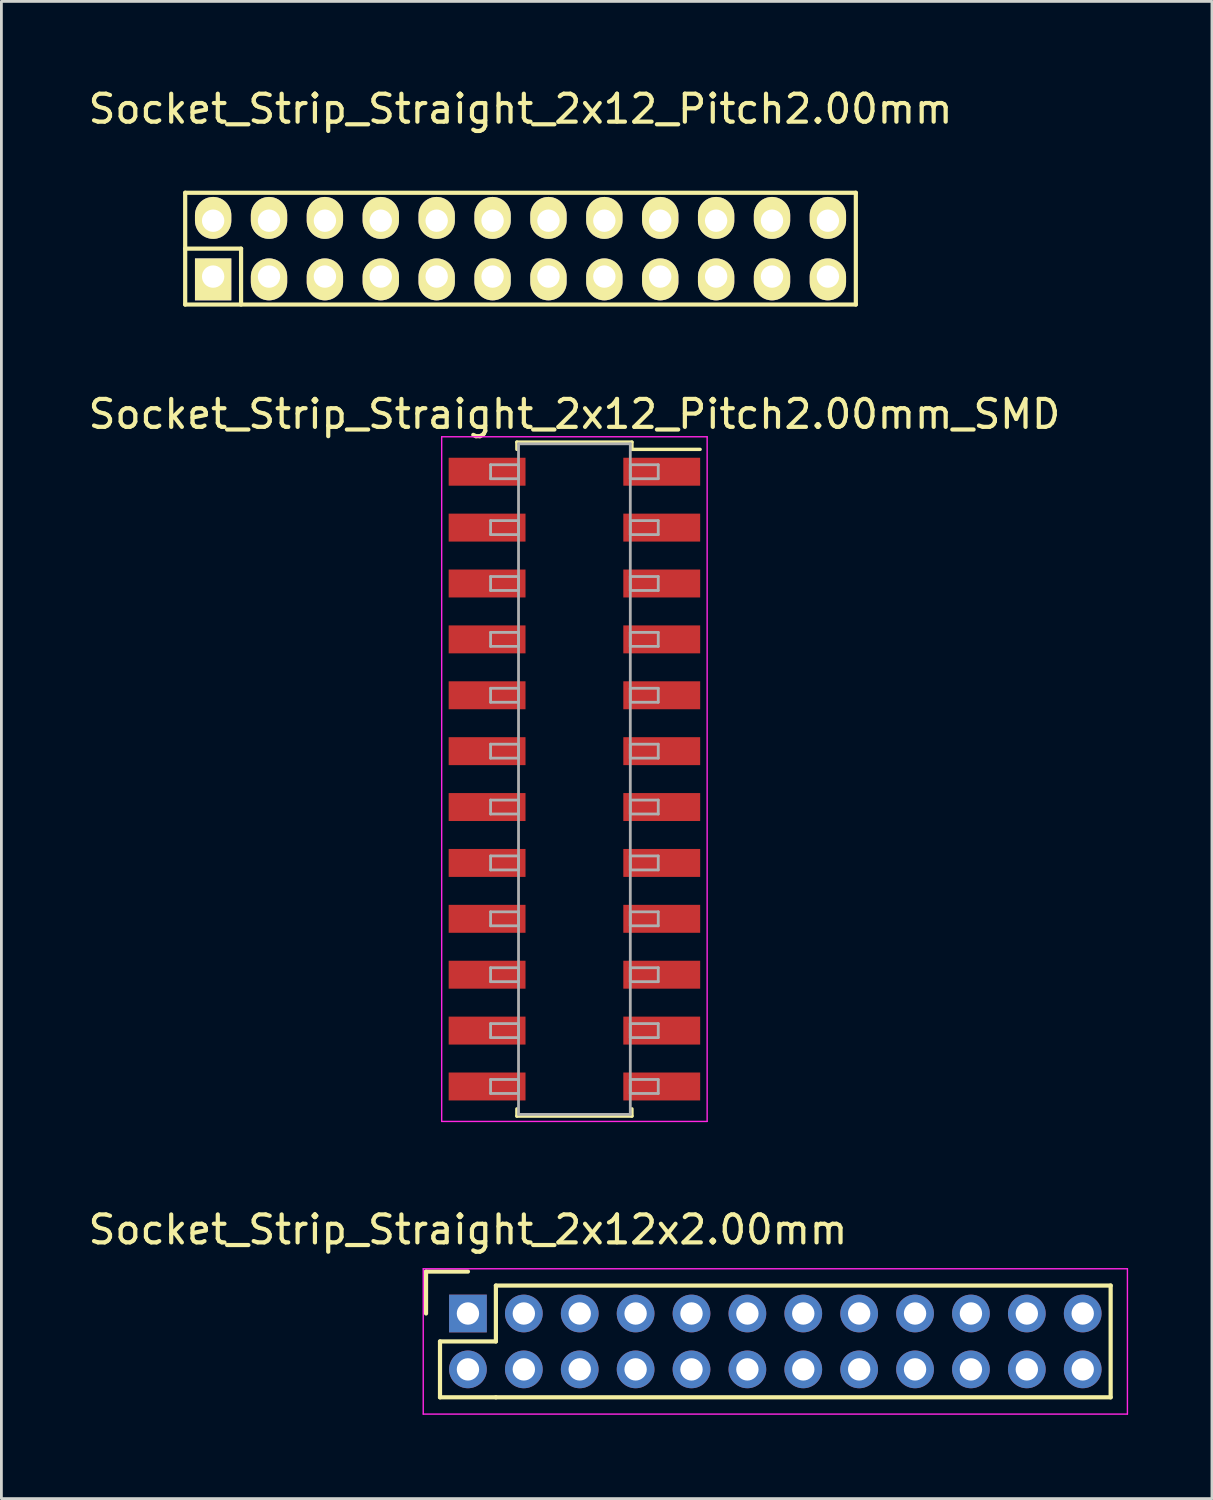
<source format=kicad_pcb>
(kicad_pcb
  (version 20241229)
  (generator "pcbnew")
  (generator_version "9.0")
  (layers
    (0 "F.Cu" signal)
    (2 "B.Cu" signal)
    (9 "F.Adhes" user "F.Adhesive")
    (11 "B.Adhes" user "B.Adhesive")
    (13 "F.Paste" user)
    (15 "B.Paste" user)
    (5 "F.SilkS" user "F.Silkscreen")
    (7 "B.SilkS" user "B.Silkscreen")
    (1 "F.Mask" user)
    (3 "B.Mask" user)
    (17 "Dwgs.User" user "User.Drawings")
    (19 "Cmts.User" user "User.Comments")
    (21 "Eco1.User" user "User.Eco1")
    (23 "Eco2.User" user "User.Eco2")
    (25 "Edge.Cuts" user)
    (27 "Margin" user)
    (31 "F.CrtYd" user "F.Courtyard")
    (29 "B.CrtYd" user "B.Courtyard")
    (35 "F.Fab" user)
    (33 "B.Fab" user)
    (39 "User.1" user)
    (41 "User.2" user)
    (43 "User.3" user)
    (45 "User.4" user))
  (footprint "Socket_Strip_Straight_2x12_Pitch2.00mm"
    (layer "F.Cu")
    (at 15.577 5.848)
    (property "Reference" "Socket_Strip_Straight_2x12_Pitch2.00mm" (at 0 -5 0) (layer "F.SilkS") (effects (font (size 1 1) (thickness 0.15))))
    (attr through_hole)
    (fp_line (start -12 -2) (end 12 -2) (stroke (width 0.15) (type solid)) (layer "F.SilkS"))
    (fp_line (start -12 0) (end -10 0) (stroke (width 0.15) (type solid)) (layer "F.SilkS"))
    (fp_line (start -12 2) (end -12 -2) (stroke (width 0.15) (type solid)) (layer "F.SilkS"))
    (fp_line (start -10 0) (end -10 2) (stroke (width 0.15) (type solid)) (layer "F.SilkS"))
    (fp_line (start 12 -2) (end 12 2) (stroke (width 0.15) (type solid)) (layer "F.SilkS"))
    (fp_line (start 12 2) (end -12 2) (stroke (width 0.15) (type solid)) (layer "F.SilkS"))
    (pad "1" thru_hole rect (at -11 1) (size 1.3 1.5) (drill 0.8 (offset 0 0.1)) (layers "*.Cu" "*.Mask" "F.SilkS"))
    (pad "2" thru_hole oval (at -11 -1) (size 1.3 1.5) (drill 0.8 (offset 0 -0.1)) (layers "*.Cu" "*.Mask" "F.SilkS"))
    (pad "3" thru_hole oval (at -9 1) (size 1.3 1.5) (drill 0.8 (offset 0 0.1)) (layers "*.Cu" "*.Mask" "F.SilkS"))
    (pad "4" thru_hole oval (at -9 -1) (size 1.3 1.5) (drill 0.8 (offset 0 -0.1)) (layers "*.Cu" "*.Mask" "F.SilkS"))
    (pad "5" thru_hole oval (at -7 1) (size 1.3 1.5) (drill 0.8 (offset 0 0.1)) (layers "*.Cu" "*.Mask" "F.SilkS"))
    (pad "6" thru_hole oval (at -7 -1) (size 1.3 1.5) (drill 0.8 (offset 0 -0.1)) (layers "*.Cu" "*.Mask" "F.SilkS"))
    (pad "7" thru_hole oval (at -5 1) (size 1.3 1.5) (drill 0.8 (offset 0 0.1)) (layers "*.Cu" "*.Mask" "F.SilkS"))
    (pad "8" thru_hole oval (at -5 -1) (size 1.3 1.5) (drill 0.8 (offset 0 -0.1)) (layers "*.Cu" "*.Mask" "F.SilkS"))
    (pad "9" thru_hole oval (at -3 1) (size 1.3 1.5) (drill 0.8 (offset 0 0.1)) (layers "*.Cu" "*.Mask" "F.SilkS"))
    (pad "10" thru_hole oval (at -3 -1) (size 1.3 1.5) (drill 0.8 (offset 0 -0.1)) (layers "*.Cu" "*.Mask" "F.SilkS"))
    (pad "11" thru_hole oval (at -1 1) (size 1.3 1.5) (drill 0.8 (offset 0 0.1)) (layers "*.Cu" "*.Mask" "F.SilkS"))
    (pad "12" thru_hole oval (at -1 -1) (size 1.3 1.5) (drill 0.8 (offset 0 -0.1)) (layers "*.Cu" "*.Mask" "F.SilkS"))
    (pad "13" thru_hole oval (at 1 1) (size 1.3 1.5) (drill 0.8 (offset 0 0.1)) (layers "*.Cu" "*.Mask" "F.SilkS"))
    (pad "14" thru_hole oval (at 1 -1) (size 1.3 1.5) (drill 0.8 (offset 0 -0.1)) (layers "*.Cu" "*.Mask" "F.SilkS"))
    (pad "15" thru_hole oval (at 3 1) (size 1.3 1.5) (drill 0.8 (offset 0 0.1)) (layers "*.Cu" "*.Mask" "F.SilkS"))
    (pad "16" thru_hole oval (at 3 -1) (size 1.3 1.5) (drill 0.8 (offset 0 -0.1)) (layers "*.Cu" "*.Mask" "F.SilkS"))
    (pad "17" thru_hole oval (at 5 1) (size 1.3 1.5) (drill 0.8 (offset 0 0.1)) (layers "*.Cu" "*.Mask" "F.SilkS"))
    (pad "18" thru_hole oval (at 5 -1) (size 1.3 1.5) (drill 0.8 (offset 0 -0.1)) (layers "*.Cu" "*.Mask" "F.SilkS"))
    (pad "19" thru_hole oval (at 7 1) (size 1.3 1.5) (drill 0.8 (offset 0 0.1)) (layers "*.Cu" "*.Mask" "F.SilkS"))
    (pad "20" thru_hole oval (at 7 -1) (size 1.3 1.5) (drill 0.8 (offset 0 -0.1)) (layers "*.Cu" "*.Mask" "F.SilkS"))
    (pad "21" thru_hole oval (at 9 1) (size 1.3 1.5) (drill 0.8 (offset 0 0.1)) (layers "*.Cu" "*.Mask" "F.SilkS"))
    (pad "22" thru_hole oval (at 9 -1) (size 1.3 1.5) (drill 0.8 (offset 0 -0.1)) (layers "*.Cu" "*.Mask" "F.SilkS"))
    (pad "23" thru_hole oval (at 11 1) (size 1.3 1.5) (drill 0.8 (offset 0 0.1)) (layers "*.Cu" "*.Mask" "F.SilkS"))
    (pad "24" thru_hole oval (at 11 -1) (size 1.3 1.5) (drill 0.8 (offset 0 -0.1)) (layers "*.Cu" "*.Mask" "F.SilkS")))
  (footprint "Socket_Strip_Straight_2x12x2.00mm"
    (layer "F.Cu")
    (at 13.696 43.955)
    (property "Reference" "Socket_Strip_Straight_2x12x2.00mm" (at 0 -3 0) (layer "F.SilkS") (effects (font (size 1 1) (thickness 0.15))))
    (attr through_hole)
    (fp_line (start -1.5 -1.5) (end -1.5 0) (stroke (width 0.15) (type solid)) (layer "F.SilkS"))
    (fp_line (start -1 1) (end -1 3) (stroke (width 0.15) (type solid)) (layer "F.SilkS"))
    (fp_line (start -1 3) (end 1 3) (stroke (width 0.15) (type solid)) (layer "F.SilkS"))
    (fp_line (start 0 -1.5) (end -1.5 -1.5) (stroke (width 0.15) (type solid)) (layer "F.SilkS"))
    (fp_line (start 1 -1) (end 1 1) (stroke (width 0.15) (type solid)) (layer "F.SilkS"))
    (fp_line (start 1 1) (end -1 1) (stroke (width 0.15) (type solid)) (layer "F.SilkS"))
    (fp_line (start 1 3) (end 23 3) (stroke (width 0.15) (type solid)) (layer "F.SilkS"))
    (fp_line (start 23 -1) (end 1 -1) (stroke (width 0.15) (type solid)) (layer "F.SilkS"))
    (fp_line (start 23 3) (end 23 -1) (stroke (width 0.15) (type solid)) (layer "F.SilkS"))
    (fp_line (start -1.6 -1.6) (end -1.6 3.6) (stroke (width 0.05) (type solid)) (layer "F.CrtYd"))
    (fp_line (start -1.6 3.6) (end 23.6 3.6) (stroke (width 0.05) (type solid)) (layer "F.CrtYd"))
    (fp_line (start 23.6 -1.6) (end -1.6 -1.6) (stroke (width 0.05) (type solid)) (layer "F.CrtYd"))
    (fp_line (start 23.6 3.6) (end 23.6 -1.6) (stroke (width 0.05) (type solid)) (layer "F.CrtYd"))
    (pad "1" thru_hole rect (at 0 0) (size 1.35 1.35) (drill 0.8) (layers "*.Cu" "*.Mask"))
    (pad "2" thru_hole circle (at 0 2) (size 1.35 1.35) (drill 0.8) (layers "*.Cu" "*.Mask"))
    (pad "3" thru_hole circle (at 2 0) (size 1.35 1.35) (drill 0.8) (layers "*.Cu" "*.Mask"))
    (pad "4" thru_hole circle (at 2 2) (size 1.35 1.35) (drill 0.8) (layers "*.Cu" "*.Mask"))
    (pad "5" thru_hole circle (at 4 0) (size 1.35 1.35) (drill 0.8) (layers "*.Cu" "*.Mask"))
    (pad "6" thru_hole circle (at 4 2) (size 1.35 1.35) (drill 0.8) (layers "*.Cu" "*.Mask"))
    (pad "7" thru_hole circle (at 6 0) (size 1.35 1.35) (drill 0.8) (layers "*.Cu" "*.Mask"))
    (pad "8" thru_hole circle (at 6 2) (size 1.35 1.35) (drill 0.8) (layers "*.Cu" "*.Mask"))
    (pad "9" thru_hole circle (at 8 0) (size 1.35 1.35) (drill 0.8) (layers "*.Cu" "*.Mask"))
    (pad "10" thru_hole circle (at 8 2) (size 1.35 1.35) (drill 0.8) (layers "*.Cu" "*.Mask"))
    (pad "11" thru_hole circle (at 10 0) (size 1.35 1.35) (drill 0.8) (layers "*.Cu" "*.Mask"))
    (pad "12" thru_hole circle (at 10 2) (size 1.35 1.35) (drill 0.8) (layers "*.Cu" "*.Mask"))
    (pad "13" thru_hole circle (at 12 0) (size 1.35 1.35) (drill 0.8) (layers "*.Cu" "*.Mask"))
    (pad "14" thru_hole circle (at 12 2) (size 1.35 1.35) (drill 0.8) (layers "*.Cu" "*.Mask"))
    (pad "15" thru_hole circle (at 14 0) (size 1.35 1.35) (drill 0.8) (layers "*.Cu" "*.Mask"))
    (pad "16" thru_hole circle (at 14 2) (size 1.35 1.35) (drill 0.8) (layers "*.Cu" "*.Mask"))
    (pad "17" thru_hole circle (at 16 0) (size 1.35 1.35) (drill 0.8) (layers "*.Cu" "*.Mask"))
    (pad "18" thru_hole circle (at 16 2) (size 1.35 1.35) (drill 0.8) (layers "*.Cu" "*.Mask"))
    (pad "19" thru_hole circle (at 18 0) (size 1.35 1.35) (drill 0.8) (layers "*.Cu" "*.Mask"))
    (pad "20" thru_hole circle (at 18 2) (size 1.35 1.35) (drill 0.8) (layers "*.Cu" "*.Mask"))
    (pad "21" thru_hole circle (at 20 0) (size 1.35 1.35) (drill 0.8) (layers "*.Cu" "*.Mask"))
    (pad "22" thru_hole circle (at 20 2) (size 1.35 1.35) (drill 0.8) (layers "*.Cu" "*.Mask"))
    (pad "23" thru_hole circle (at 22 0) (size 1.35 1.35) (drill 0.8) (layers "*.Cu" "*.Mask"))
    (pad "24" thru_hole circle (at 22 2) (size 1.35 1.35) (drill 0.8) (layers "*.Cu" "*.Mask")))
  (footprint "Socket_Strip_Straight_2x12_Pitch2.00mm_SMD"
    (layer "F.Cu")
    (at 17.506 24.831)
    (property "Reference" "Socket_Strip_Straight_2x12_Pitch2.00mm_SMD" (at 0 -13.06 0) (layer "F.SilkS") (effects (font (size 1 1) (thickness 0.15))))
    (attr smd)
    (fp_line (start -2.06 -12.06) (end 2.06 -12.06) (stroke (width 0.12) (type solid)) (layer "F.SilkS"))
    (fp_line (start -2.06 -11.8) (end -2.06 -12.06) (stroke (width 0.12) (type solid)) (layer "F.SilkS"))
    (fp_line (start -2.06 11.8) (end -2.06 12.06) (stroke (width 0.12) (type solid)) (layer "F.SilkS"))
    (fp_line (start -2.06 12.06) (end 2.06 12.06) (stroke (width 0.12) (type solid)) (layer "F.SilkS"))
    (fp_line (start 2.06 -12.06) (end 2.06 -11.8) (stroke (width 0.12) (type solid)) (layer "F.SilkS"))
    (fp_line (start 2.06 12.06) (end 2.06 11.8) (stroke (width 0.12) (type solid)) (layer "F.SilkS"))
    (fp_line (start 4.5 -11.8) (end 2.06 -11.8) (stroke (width 0.12) (type solid)) (layer "F.SilkS"))
    (fp_line (start -4.75 -12.25) (end -4.75 12.25) (stroke (width 0.05) (type solid)) (layer "F.CrtYd"))
    (fp_line (start -4.75 12.25) (end 4.75 12.25) (stroke (width 0.05) (type solid)) (layer "F.CrtYd"))
    (fp_line (start 4.75 -12.25) (end -4.75 -12.25) (stroke (width 0.05) (type solid)) (layer "F.CrtYd"))
    (fp_line (start 4.75 12.25) (end 4.75 -12.25) (stroke (width 0.05) (type solid)) (layer "F.CrtYd"))
    (fp_line (start -3 -11.25) (end -2 -11.25) (stroke (width 0.1) (type solid)) (layer "F.Fab"))
    (fp_line (start -3 -10.75) (end -3 -11.25) (stroke (width 0.1) (type solid)) (layer "F.Fab"))
    (fp_line (start -3 -9.25) (end -2 -9.25) (stroke (width 0.1) (type solid)) (layer "F.Fab"))
    (fp_line (start -3 -8.75) (end -3 -9.25) (stroke (width 0.1) (type solid)) (layer "F.Fab"))
    (fp_line (start -3 -7.25) (end -2 -7.25) (stroke (width 0.1) (type solid)) (layer "F.Fab"))
    (fp_line (start -3 -6.75) (end -3 -7.25) (stroke (width 0.1) (type solid)) (layer "F.Fab"))
    (fp_line (start -3 -5.25) (end -2 -5.25) (stroke (width 0.1) (type solid)) (layer "F.Fab"))
    (fp_line (start -3 -4.75) (end -3 -5.25) (stroke (width 0.1) (type solid)) (layer "F.Fab"))
    (fp_line (start -3 -3.25) (end -2 -3.25) (stroke (width 0.1) (type solid)) (layer "F.Fab"))
    (fp_line (start -3 -2.75) (end -3 -3.25) (stroke (width 0.1) (type solid)) (layer "F.Fab"))
    (fp_line (start -3 -1.25) (end -2 -1.25) (stroke (width 0.1) (type solid)) (layer "F.Fab"))
    (fp_line (start -3 -0.75) (end -3 -1.25) (stroke (width 0.1) (type solid)) (layer "F.Fab"))
    (fp_line (start -3 0.75) (end -2 0.75) (stroke (width 0.1) (type solid)) (layer "F.Fab"))
    (fp_line (start -3 1.25) (end -3 0.75) (stroke (width 0.1) (type solid)) (layer "F.Fab"))
    (fp_line (start -3 2.75) (end -2 2.75) (stroke (width 0.1) (type solid)) (layer "F.Fab"))
    (fp_line (start -3 3.25) (end -3 2.75) (stroke (width 0.1) (type solid)) (layer "F.Fab"))
    (fp_line (start -3 4.75) (end -2 4.75) (stroke (width 0.1) (type solid)) (layer "F.Fab"))
    (fp_line (start -3 5.25) (end -3 4.75) (stroke (width 0.1) (type solid)) (layer "F.Fab"))
    (fp_line (start -3 6.75) (end -2 6.75) (stroke (width 0.1) (type solid)) (layer "F.Fab"))
    (fp_line (start -3 7.25) (end -3 6.75) (stroke (width 0.1) (type solid)) (layer "F.Fab"))
    (fp_line (start -3 8.75) (end -2 8.75) (stroke (width 0.1) (type solid)) (layer "F.Fab"))
    (fp_line (start -3 9.25) (end -3 8.75) (stroke (width 0.1) (type solid)) (layer "F.Fab"))
    (fp_line (start -3 10.75) (end -2 10.75) (stroke (width 0.1) (type solid)) (layer "F.Fab"))
    (fp_line (start -3 11.25) (end -3 10.75) (stroke (width 0.1) (type solid)) (layer "F.Fab"))
    (fp_line (start -2 -12) (end -2 12) (stroke (width 0.1) (type solid)) (layer "F.Fab"))
    (fp_line (start -2 -11.25) (end -2 -10.75) (stroke (width 0.1) (type solid)) (layer "F.Fab"))
    (fp_line (start -2 -10.75) (end -3 -10.75) (stroke (width 0.1) (type solid)) (layer "F.Fab"))
    (fp_line (start -2 -9.25) (end -2 -8.75) (stroke (width 0.1) (type solid)) (layer "F.Fab"))
    (fp_line (start -2 -8.75) (end -3 -8.75) (stroke (width 0.1) (type solid)) (layer "F.Fab"))
    (fp_line (start -2 -7.25) (end -2 -6.75) (stroke (width 0.1) (type solid)) (layer "F.Fab"))
    (fp_line (start -2 -6.75) (end -3 -6.75) (stroke (width 0.1) (type solid)) (layer "F.Fab"))
    (fp_line (start -2 -5.25) (end -2 -4.75) (stroke (width 0.1) (type solid)) (layer "F.Fab"))
    (fp_line (start -2 -4.75) (end -3 -4.75) (stroke (width 0.1) (type solid)) (layer "F.Fab"))
    (fp_line (start -2 -3.25) (end -2 -2.75) (stroke (width 0.1) (type solid)) (layer "F.Fab"))
    (fp_line (start -2 -2.75) (end -3 -2.75) (stroke (width 0.1) (type solid)) (layer "F.Fab"))
    (fp_line (start -2 -1.25) (end -2 -0.75) (stroke (width 0.1) (type solid)) (layer "F.Fab"))
    (fp_line (start -2 -0.75) (end -3 -0.75) (stroke (width 0.1) (type solid)) (layer "F.Fab"))
    (fp_line (start -2 0.75) (end -2 1.25) (stroke (width 0.1) (type solid)) (layer "F.Fab"))
    (fp_line (start -2 1.25) (end -3 1.25) (stroke (width 0.1) (type solid)) (layer "F.Fab"))
    (fp_line (start -2 2.75) (end -2 3.25) (stroke (width 0.1) (type solid)) (layer "F.Fab"))
    (fp_line (start -2 3.25) (end -3 3.25) (stroke (width 0.1) (type solid)) (layer "F.Fab"))
    (fp_line (start -2 4.75) (end -2 5.25) (stroke (width 0.1) (type solid)) (layer "F.Fab"))
    (fp_line (start -2 5.25) (end -3 5.25) (stroke (width 0.1) (type solid)) (layer "F.Fab"))
    (fp_line (start -2 6.75) (end -2 7.25) (stroke (width 0.1) (type solid)) (layer "F.Fab"))
    (fp_line (start -2 7.25) (end -3 7.25) (stroke (width 0.1) (type solid)) (layer "F.Fab"))
    (fp_line (start -2 8.75) (end -2 9.25) (stroke (width 0.1) (type solid)) (layer "F.Fab"))
    (fp_line (start -2 9.25) (end -3 9.25) (stroke (width 0.1) (type solid)) (layer "F.Fab"))
    (fp_line (start -2 10.75) (end -2 11.25) (stroke (width 0.1) (type solid)) (layer "F.Fab"))
    (fp_line (start -2 11.25) (end -3 11.25) (stroke (width 0.1) (type solid)) (layer "F.Fab"))
    (fp_line (start -2 12) (end 2 12) (stroke (width 0.1) (type solid)) (layer "F.Fab"))
    (fp_line (start 2 -12) (end -2 -12) (stroke (width 0.1) (type solid)) (layer "F.Fab"))
    (fp_line (start 2 -11.25) (end 2 -10.75) (stroke (width 0.1) (type solid)) (layer "F.Fab"))
    (fp_line (start 2 -10.75) (end 3 -10.75) (stroke (width 0.1) (type solid)) (layer "F.Fab"))
    (fp_line (start 2 -9.25) (end 2 -8.75) (stroke (width 0.1) (type solid)) (layer "F.Fab"))
    (fp_line (start 2 -8.75) (end 3 -8.75) (stroke (width 0.1) (type solid)) (layer "F.Fab"))
    (fp_line (start 2 -7.25) (end 2 -6.75) (stroke (width 0.1) (type solid)) (layer "F.Fab"))
    (fp_line (start 2 -6.75) (end 3 -6.75) (stroke (width 0.1) (type solid)) (layer "F.Fab"))
    (fp_line (start 2 -5.25) (end 2 -4.75) (stroke (width 0.1) (type solid)) (layer "F.Fab"))
    (fp_line (start 2 -4.75) (end 3 -4.75) (stroke (width 0.1) (type solid)) (layer "F.Fab"))
    (fp_line (start 2 -3.25) (end 2 -2.75) (stroke (width 0.1) (type solid)) (layer "F.Fab"))
    (fp_line (start 2 -2.75) (end 3 -2.75) (stroke (width 0.1) (type solid)) (layer "F.Fab"))
    (fp_line (start 2 -1.25) (end 2 -0.75) (stroke (width 0.1) (type solid)) (layer "F.Fab"))
    (fp_line (start 2 -0.75) (end 3 -0.75) (stroke (width 0.1) (type solid)) (layer "F.Fab"))
    (fp_line (start 2 0.75) (end 2 1.25) (stroke (width 0.1) (type solid)) (layer "F.Fab"))
    (fp_line (start 2 1.25) (end 3 1.25) (stroke (width 0.1) (type solid)) (layer "F.Fab"))
    (fp_line (start 2 2.75) (end 2 3.25) (stroke (width 0.1) (type solid)) (layer "F.Fab"))
    (fp_line (start 2 3.25) (end 3 3.25) (stroke (width 0.1) (type solid)) (layer "F.Fab"))
    (fp_line (start 2 4.75) (end 2 5.25) (stroke (width 0.1) (type solid)) (layer "F.Fab"))
    (fp_line (start 2 5.25) (end 3 5.25) (stroke (width 0.1) (type solid)) (layer "F.Fab"))
    (fp_line (start 2 6.75) (end 2 7.25) (stroke (width 0.1) (type solid)) (layer "F.Fab"))
    (fp_line (start 2 7.25) (end 3 7.25) (stroke (width 0.1) (type solid)) (layer "F.Fab"))
    (fp_line (start 2 8.75) (end 2 9.25) (stroke (width 0.1) (type solid)) (layer "F.Fab"))
    (fp_line (start 2 9.25) (end 3 9.25) (stroke (width 0.1) (type solid)) (layer "F.Fab"))
    (fp_line (start 2 10.75) (end 2 11.25) (stroke (width 0.1) (type solid)) (layer "F.Fab"))
    (fp_line (start 2 11.25) (end 3 11.25) (stroke (width 0.1) (type solid)) (layer "F.Fab"))
    (fp_line (start 2 12) (end 2 -12) (stroke (width 0.1) (type solid)) (layer "F.Fab"))
    (fp_line (start 3 -11.25) (end 2 -11.25) (stroke (width 0.1) (type solid)) (layer "F.Fab"))
    (fp_line (start 3 -10.75) (end 3 -11.25) (stroke (width 0.1) (type solid)) (layer "F.Fab"))
    (fp_line (start 3 -9.25) (end 2 -9.25) (stroke (width 0.1) (type solid)) (layer "F.Fab"))
    (fp_line (start 3 -8.75) (end 3 -9.25) (stroke (width 0.1) (type solid)) (layer "F.Fab"))
    (fp_line (start 3 -7.25) (end 2 -7.25) (stroke (width 0.1) (type solid)) (layer "F.Fab"))
    (fp_line (start 3 -6.75) (end 3 -7.25) (stroke (width 0.1) (type solid)) (layer "F.Fab"))
    (fp_line (start 3 -5.25) (end 2 -5.25) (stroke (width 0.1) (type solid)) (layer "F.Fab"))
    (fp_line (start 3 -4.75) (end 3 -5.25) (stroke (width 0.1) (type solid)) (layer "F.Fab"))
    (fp_line (start 3 -3.25) (end 2 -3.25) (stroke (width 0.1) (type solid)) (layer "F.Fab"))
    (fp_line (start 3 -2.75) (end 3 -3.25) (stroke (width 0.1) (type solid)) (layer "F.Fab"))
    (fp_line (start 3 -1.25) (end 2 -1.25) (stroke (width 0.1) (type solid)) (layer "F.Fab"))
    (fp_line (start 3 -0.75) (end 3 -1.25) (stroke (width 0.1) (type solid)) (layer "F.Fab"))
    (fp_line (start 3 0.75) (end 2 0.75) (stroke (width 0.1) (type solid)) (layer "F.Fab"))
    (fp_line (start 3 1.25) (end 3 0.75) (stroke (width 0.1) (type solid)) (layer "F.Fab"))
    (fp_line (start 3 2.75) (end 2 2.75) (stroke (width 0.1) (type solid)) (layer "F.Fab"))
    (fp_line (start 3 3.25) (end 3 2.75) (stroke (width 0.1) (type solid)) (layer "F.Fab"))
    (fp_line (start 3 4.75) (end 2 4.75) (stroke (width 0.1) (type solid)) (layer "F.Fab"))
    (fp_line (start 3 5.25) (end 3 4.75) (stroke (width 0.1) (type solid)) (layer "F.Fab"))
    (fp_line (start 3 6.75) (end 2 6.75) (stroke (width 0.1) (type solid)) (layer "F.Fab"))
    (fp_line (start 3 7.25) (end 3 6.75) (stroke (width 0.1) (type solid)) (layer "F.Fab"))
    (fp_line (start 3 8.75) (end 2 8.75) (stroke (width 0.1) (type solid)) (layer "F.Fab"))
    (fp_line (start 3 9.25) (end 3 8.75) (stroke (width 0.1) (type solid)) (layer "F.Fab"))
    (fp_line (start 3 10.75) (end 2 10.75) (stroke (width 0.1) (type solid)) (layer "F.Fab"))
    (fp_line (start 3 11.25) (end 3 10.75) (stroke (width 0.1) (type solid)) (layer "F.Fab"))
    (pad "1" smd rect (at 3.125 -11) (size 2.75 1) (layers "F.Cu" "F.Mask"))
    (pad "2" smd rect (at -3.125 -11) (size 2.75 1) (layers "F.Cu" "F.Mask"))
    (pad "3" smd rect (at 3.125 -9) (size 2.75 1) (layers "F.Cu" "F.Mask"))
    (pad "4" smd rect (at -3.125 -9) (size 2.75 1) (layers "F.Cu" "F.Mask"))
    (pad "5" smd rect (at 3.125 -7) (size 2.75 1) (layers "F.Cu" "F.Mask"))
    (pad "6" smd rect (at -3.125 -7) (size 2.75 1) (layers "F.Cu" "F.Mask"))
    (pad "7" smd rect (at 3.125 -5) (size 2.75 1) (layers "F.Cu" "F.Mask"))
    (pad "8" smd rect (at -3.125 -5) (size 2.75 1) (layers "F.Cu" "F.Mask"))
    (pad "9" smd rect (at 3.125 -3) (size 2.75 1) (layers "F.Cu" "F.Mask"))
    (pad "10" smd rect (at -3.125 -3) (size 2.75 1) (layers "F.Cu" "F.Mask"))
    (pad "11" smd rect (at 3.125 -1) (size 2.75 1) (layers "F.Cu" "F.Mask"))
    (pad "12" smd rect (at -3.125 -1) (size 2.75 1) (layers "F.Cu" "F.Mask"))
    (pad "13" smd rect (at 3.125 1) (size 2.75 1) (layers "F.Cu" "F.Mask"))
    (pad "14" smd rect (at -3.125 1) (size 2.75 1) (layers "F.Cu" "F.Mask"))
    (pad "15" smd rect (at 3.125 3) (size 2.75 1) (layers "F.Cu" "F.Mask"))
    (pad "16" smd rect (at -3.125 3) (size 2.75 1) (layers "F.Cu" "F.Mask"))
    (pad "17" smd rect (at 3.125 5) (size 2.75 1) (layers "F.Cu" "F.Mask"))
    (pad "18" smd rect (at -3.125 5) (size 2.75 1) (layers "F.Cu" "F.Mask"))
    (pad "19" smd rect (at 3.125 7) (size 2.75 1) (layers "F.Cu" "F.Mask"))
    (pad "20" smd rect (at -3.125 7) (size 2.75 1) (layers "F.Cu" "F.Mask"))
    (pad "21" smd rect (at 3.125 9) (size 2.75 1) (layers "F.Cu" "F.Mask"))
    (pad "22" smd rect (at -3.125 9) (size 2.75 1) (layers "F.Cu" "F.Mask"))
    (pad "23" smd rect (at 3.125 11) (size 2.75 1) (layers "F.Cu" "F.Mask"))
    (pad "24" smd rect (at -3.125 11) (size 2.75 1) (layers "F.Cu" "F.Mask")))
  (gr_rect
    (start -3 -3)
    (end 40.321 50.58)
    (stroke (width 0.1) (type default))
    (fill no)
    (layer "Edge.Cuts")))
</source>
